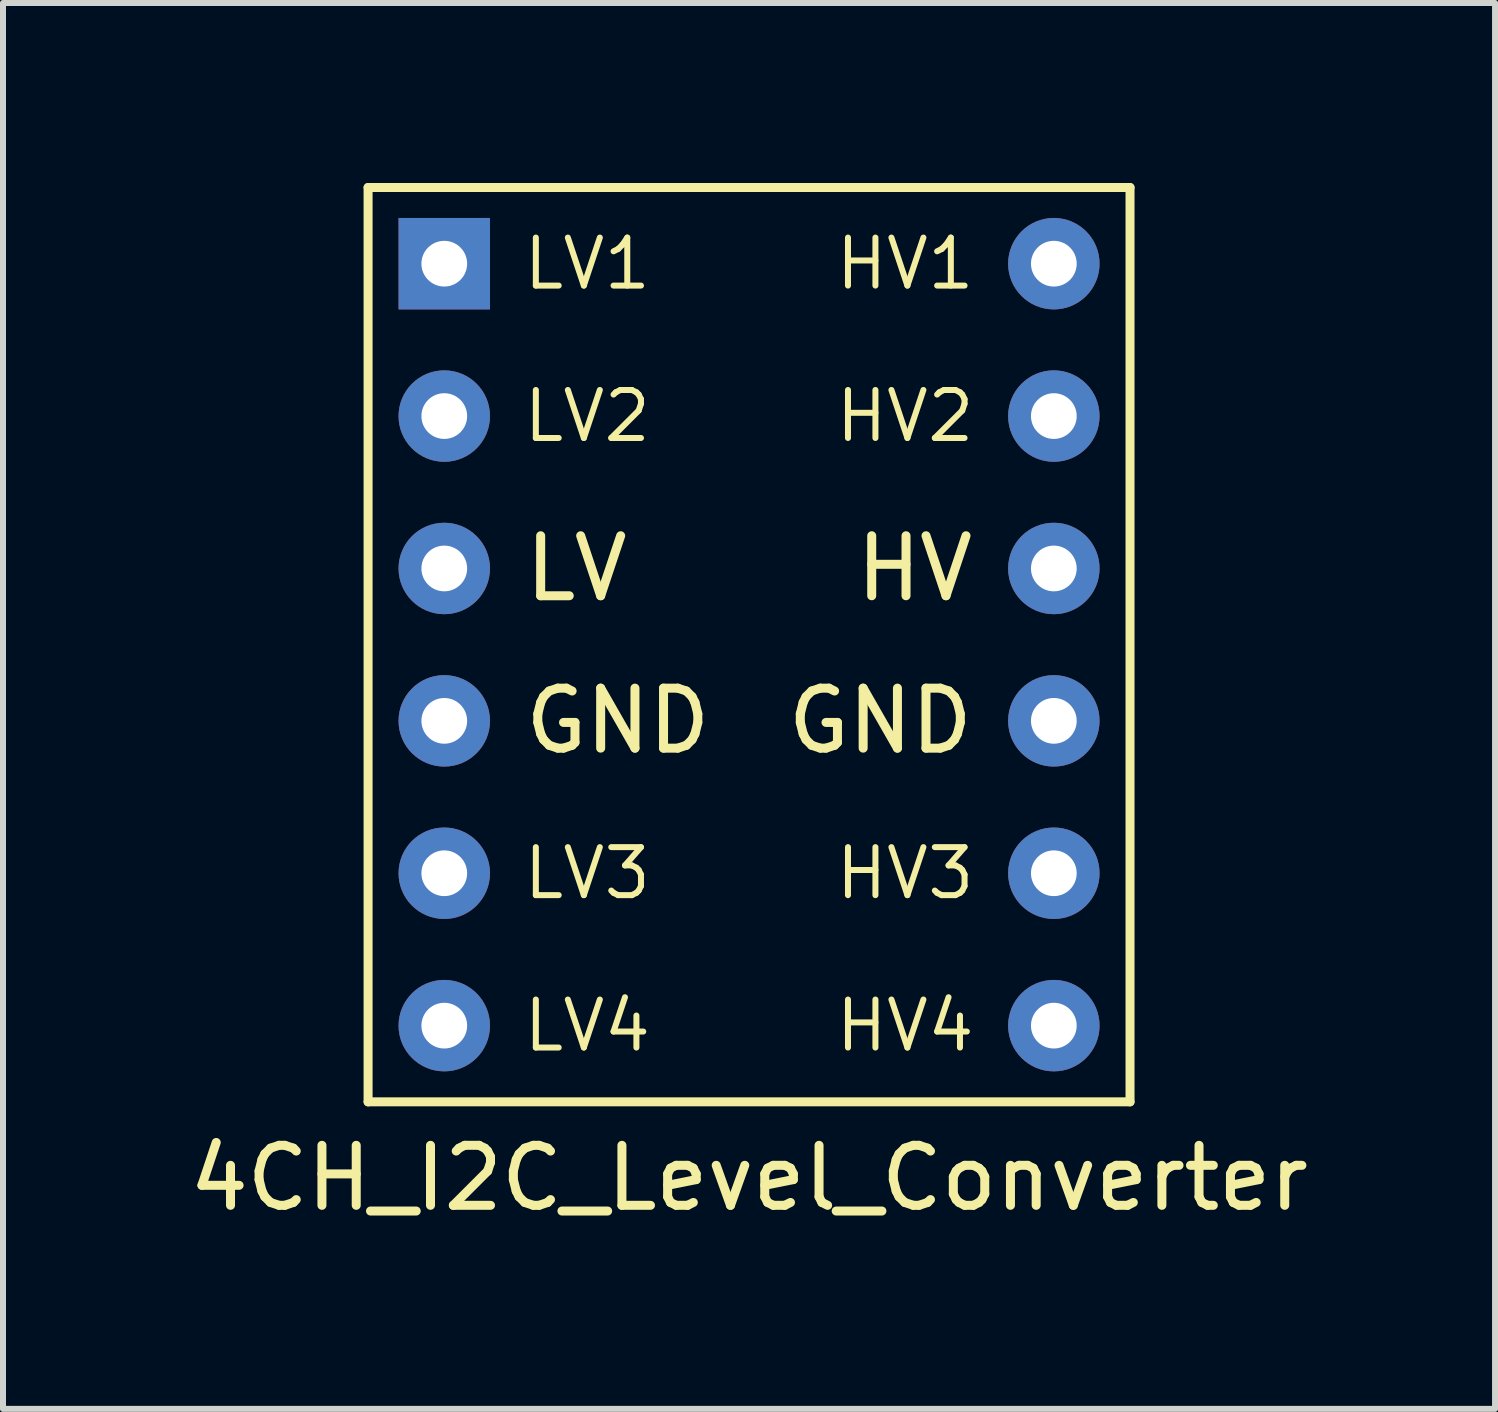
<source format=kicad_pcb>
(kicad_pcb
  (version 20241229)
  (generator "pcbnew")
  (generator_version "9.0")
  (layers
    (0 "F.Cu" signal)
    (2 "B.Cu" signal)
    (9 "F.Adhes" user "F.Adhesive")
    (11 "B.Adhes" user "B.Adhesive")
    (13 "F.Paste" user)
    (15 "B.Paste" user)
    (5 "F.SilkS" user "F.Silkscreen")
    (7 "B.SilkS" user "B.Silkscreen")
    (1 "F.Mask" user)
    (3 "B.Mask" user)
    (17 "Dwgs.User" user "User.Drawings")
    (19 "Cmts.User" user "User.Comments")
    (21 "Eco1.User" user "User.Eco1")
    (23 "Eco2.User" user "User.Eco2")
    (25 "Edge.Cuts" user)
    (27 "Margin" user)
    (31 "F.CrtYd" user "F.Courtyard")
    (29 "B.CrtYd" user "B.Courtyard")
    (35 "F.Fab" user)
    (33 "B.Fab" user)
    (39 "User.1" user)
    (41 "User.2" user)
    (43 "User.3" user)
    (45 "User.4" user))
  (footprint "4CH_I2C_Level_Converter"
    (layer "F.Cu")
    (at 9.435 6.425)
    (property "Reference" "4CH_I2C_Level_Converter" (at 0 10.16 0) (layer "F.SilkS") (effects (font (size 1 1) (thickness 0.15))))
    (attr through_hole)
    (fp_line (start -6.35 -6.35) (end 6.35 -6.35) (stroke (width 0.15) (type solid)) (layer "F.SilkS"))
    (fp_line (start -6.35 8.89) (end -6.35 -6.35) (stroke (width 0.15) (type solid)) (layer "F.SilkS"))
    (fp_line (start 6.35 -6.35) (end 6.35 8.89) (stroke (width 0.15) (type solid)) (layer "F.SilkS"))
    (fp_line (start 6.35 8.89) (end -6.35 8.89) (stroke (width 0.15) (type solid)) (layer "F.SilkS"))
    (fp_text user "HV3" (at 3.81 5.08 180) (layer "F.SilkS") (effects (font (size 0.8 0.8) (thickness 0.1)) (justify right)))
    (fp_text user "HV4" (at 3.81 7.62 180) (layer "F.SilkS") (effects (font (size 0.8 0.8) (thickness 0.1)) (justify right)))
    (fp_text user "LV2" (at -3.81 -2.54 180) (layer "F.SilkS") (effects (font (size 0.8 0.8) (thickness 0.1)) (justify left)))
    (fp_text user "LV4" (at -3.81 7.62 180) (layer "F.SilkS") (effects (font (size 0.8 0.8) (thickness 0.1)) (justify left)))
    (fp_text user "LV" (at -3.81 0 180) (layer "F.SilkS") (effects (font (size 1 1) (thickness 0.15)) (justify left)))
    (fp_text user "HV2" (at 3.81 -2.54 180) (layer "F.SilkS") (effects (font (size 0.8 0.8) (thickness 0.1)) (justify right)))
    (fp_text user "LV1" (at -3.81 -5.08 180) (layer "F.SilkS") (effects (font (size 0.8 0.8) (thickness 0.1)) (justify left)))
    (fp_text user "GND" (at 3.81 2.54 0) (layer "F.SilkS") (effects (font (size 1 1) (thickness 0.15)) (justify right)))
    (fp_text user "HV" (at 3.81 0 0) (layer "F.SilkS") (effects (font (size 1 1) (thickness 0.15)) (justify right)))
    (fp_text user "LV3" (at -3.81 5.08 180) (layer "F.SilkS") (effects (font (size 0.8 0.8) (thickness 0.1)) (justify left)))
    (fp_text user "GND" (at -3.81 2.54 0) (layer "F.SilkS") (effects (font (size 1 1) (thickness 0.15)) (justify left)))
    (fp_text user "HV1" (at 3.81 -5.08 180) (layer "F.SilkS") (effects (font (size 0.8 0.8) (thickness 0.1)) (justify right)))
    (pad "1" thru_hole rect (at -5.08 -5.08) (size 1.524 1.524) (drill 0.762) (layers "*.Cu" "*.Mask"))
    (pad "2" thru_hole circle (at -5.08 -2.54) (size 1.524 1.524) (drill 0.762) (layers "*.Cu" "*.Mask"))
    (pad "3" thru_hole circle (at -5.08 0) (size 1.524 1.524) (drill 0.762) (layers "*.Cu" "*.Mask"))
    (pad "4" thru_hole circle (at -5.08 2.54) (size 1.524 1.524) (drill 0.762) (layers "*.Cu" "*.Mask"))
    (pad "5" thru_hole circle (at -5.08 5.08) (size 1.524 1.524) (drill 0.762) (layers "*.Cu" "*.Mask"))
    (pad "6" thru_hole circle (at -5.08 7.62) (size 1.524 1.524) (drill 0.762) (layers "*.Cu" "*.Mask"))
    (pad "7" thru_hole circle (at 5.08 7.62) (size 1.524 1.524) (drill 0.762) (layers "*.Cu" "*.Mask"))
    (pad "8" thru_hole circle (at 5.08 5.08) (size 1.524 1.524) (drill 0.762) (layers "*.Cu" "*.Mask"))
    (pad "9" thru_hole circle (at 5.08 2.54) (size 1.524 1.524) (drill 0.762) (layers "*.Cu" "*.Mask"))
    (pad "10" thru_hole circle (at 5.08 0) (size 1.524 1.524) (drill 0.762) (layers "*.Cu" "*.Mask"))
    (pad "11" thru_hole circle (at 5.08 -2.54) (size 1.524 1.524) (drill 0.762) (layers "*.Cu" "*.Mask"))
    (pad "12" thru_hole circle (at 5.08 -5.08) (size 1.524 1.524) (drill 0.762) (layers "*.Cu" "*.Mask")))
  (gr_rect
    (start -3 -3)
    (end 21.869 20.433)
    (stroke (width 0.1) (type default))
    (fill no)
    (layer "Edge.Cuts")))
</source>
